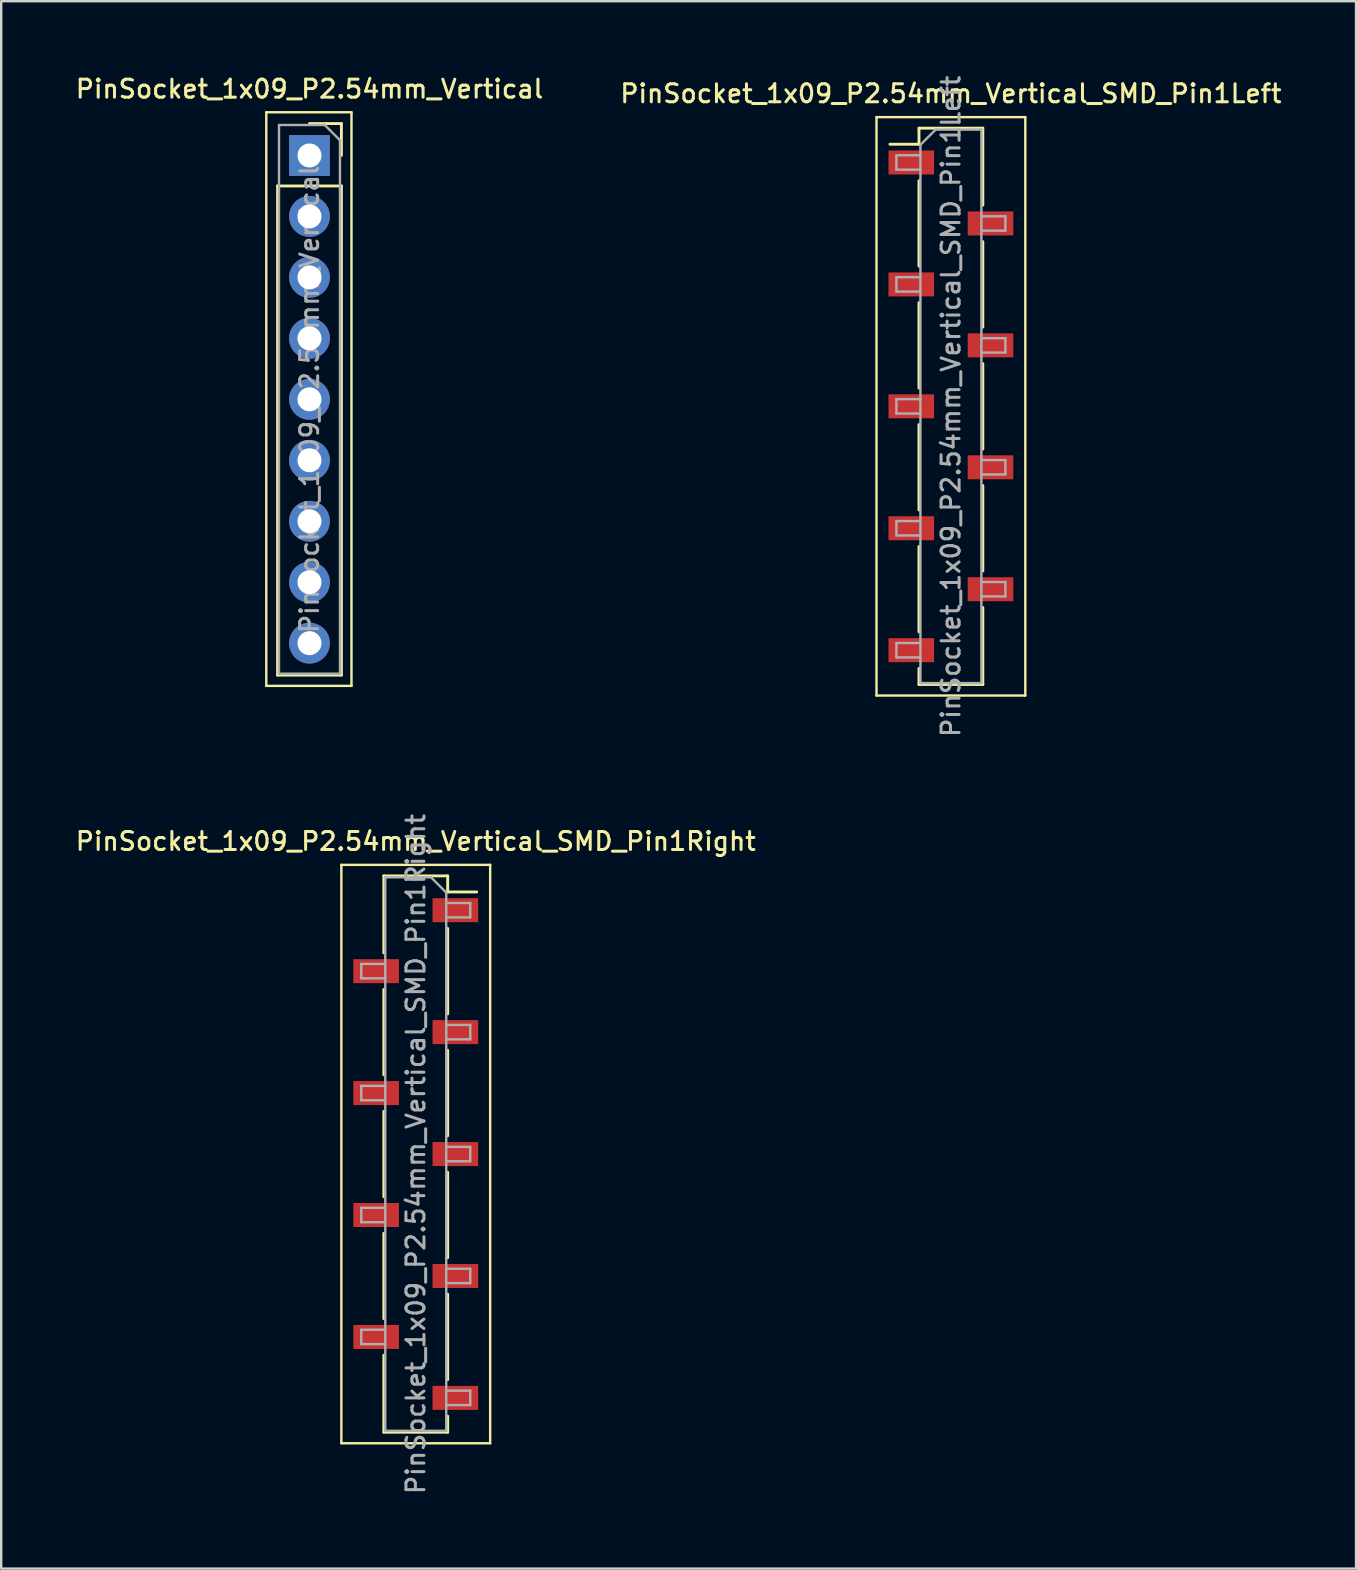
<source format=kicad_pcb>
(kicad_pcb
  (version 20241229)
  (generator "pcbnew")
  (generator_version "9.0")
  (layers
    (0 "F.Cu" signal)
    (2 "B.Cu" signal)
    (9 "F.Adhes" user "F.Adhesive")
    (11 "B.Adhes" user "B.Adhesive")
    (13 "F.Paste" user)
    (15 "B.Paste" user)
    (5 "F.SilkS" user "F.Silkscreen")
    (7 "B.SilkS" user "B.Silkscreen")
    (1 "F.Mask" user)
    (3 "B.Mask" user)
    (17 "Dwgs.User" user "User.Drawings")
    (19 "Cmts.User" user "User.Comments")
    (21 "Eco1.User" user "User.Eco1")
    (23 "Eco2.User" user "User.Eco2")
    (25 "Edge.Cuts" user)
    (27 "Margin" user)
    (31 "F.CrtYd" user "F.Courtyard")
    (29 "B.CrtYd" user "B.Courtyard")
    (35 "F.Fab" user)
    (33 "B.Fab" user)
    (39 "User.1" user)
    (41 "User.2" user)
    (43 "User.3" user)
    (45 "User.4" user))
  (footprint "PinSocket_1x09_P2.54mm_Vertical"
    (layer "F.Cu")
    (at 9.845 3.428)
    (property "Reference" "PinSocket_1x09_P2.54mm_Vertical" (at 0 -2.77 0) (layer "F.SilkS") (effects (font (size 0.75 0.75) (thickness 0.125))))
    (attr through_hole)
    (fp_line (start -1.8 -1.8) (end 1.75 -1.8) (stroke (width 0.1) (type solid)) (layer "F.SilkS"))
    (fp_line (start -1.8 22.1) (end -1.8 -1.8) (stroke (width 0.1) (type solid)) (layer "F.SilkS"))
    (fp_line (start -1.33 1.27) (end -1.33 21.65) (stroke (width 0.12) (type solid)) (layer "F.SilkS"))
    (fp_line (start -1.33 1.27) (end 1.33 1.27) (stroke (width 0.12) (type solid)) (layer "F.SilkS"))
    (fp_line (start -1.33 21.65) (end 1.33 21.65) (stroke (width 0.12) (type solid)) (layer "F.SilkS"))
    (fp_line (start 0 -1.33) (end 1.33 -1.33) (stroke (width 0.12) (type solid)) (layer "F.SilkS"))
    (fp_line (start 1.33 -1.33) (end 1.33 0) (stroke (width 0.12) (type solid)) (layer "F.SilkS"))
    (fp_line (start 1.33 1.27) (end 1.33 21.65) (stroke (width 0.12) (type solid)) (layer "F.SilkS"))
    (fp_line (start 1.75 -1.8) (end 1.75 22.1) (stroke (width 0.1) (type solid)) (layer "F.SilkS"))
    (fp_line (start 1.75 22.1) (end -1.8 22.1) (stroke (width 0.1) (type solid)) (layer "F.SilkS"))
    (fp_line (start -1.27 -1.27) (end 0.635 -1.27) (stroke (width 0.1) (type solid)) (layer "F.Fab"))
    (fp_line (start -1.27 21.59) (end -1.27 -1.27) (stroke (width 0.1) (type solid)) (layer "F.Fab"))
    (fp_line (start 0.635 -1.27) (end 1.27 -0.635) (stroke (width 0.1) (type solid)) (layer "F.Fab"))
    (fp_line (start 1.27 -0.635) (end 1.27 21.59) (stroke (width 0.1) (type solid)) (layer "F.Fab"))
    (fp_line (start 1.27 21.59) (end -1.27 21.59) (stroke (width 0.1) (type solid)) (layer "F.Fab"))
    (fp_text user "${REFERENCE}" (at 0 10.16 90) (layer "F.Fab") (effects (font (size 0.75 0.75) (thickness 0.125))))
    (pad "1" thru_hole rect (at 0 0) (size 1.7 1.7) (drill 1) (layers "*.Cu" "*.Mask"))
    (pad "2" thru_hole oval (at 0 2.54) (size 1.7 1.7) (drill 1) (layers "*.Cu" "*.Mask"))
    (pad "3" thru_hole oval (at 0 5.08) (size 1.7 1.7) (drill 1) (layers "*.Cu" "*.Mask"))
    (pad "4" thru_hole oval (at 0 7.62) (size 1.7 1.7) (drill 1) (layers "*.Cu" "*.Mask"))
    (pad "5" thru_hole oval (at 0 10.16) (size 1.7 1.7) (drill 1) (layers "*.Cu" "*.Mask"))
    (pad "6" thru_hole oval (at 0 12.7) (size 1.7 1.7) (drill 1) (layers "*.Cu" "*.Mask"))
    (pad "7" thru_hole oval (at 0 15.24) (size 1.7 1.7) (drill 1) (layers "*.Cu" "*.Mask"))
    (pad "8" thru_hole oval (at 0 17.78) (size 1.7 1.7) (drill 1) (layers "*.Cu" "*.Mask"))
    (pad "9" thru_hole oval (at 0 20.32) (size 1.7 1.7) (drill 1) (layers "*.Cu" "*.Mask")))
  (footprint "PinSocket_1x09_P2.54mm_Vertical_SMD_Pin1Left"
    (layer "F.Cu")
    (at 36.57 13.88)
    (property "Reference" "PinSocket_1x09_P2.54mm_Vertical_SMD_Pin1Left" (at 0 -13.03 0) (layer "F.SilkS") (effects (font (size 0.75 0.75) (thickness 0.125))))
    (attr smd)
    (fp_line (start -3.1 -12.05) (end 3.1 -12.05) (stroke (width 0.1) (type solid)) (layer "F.SilkS"))
    (fp_line (start -3.1 12.05) (end -3.1 -12.05) (stroke (width 0.1) (type solid)) (layer "F.SilkS"))
    (fp_line (start -2.54 -10.92) (end -1.33 -10.92) (stroke (width 0.12) (type solid)) (layer "F.SilkS"))
    (fp_line (start -1.33 -11.59) (end -1.33 -10.92) (stroke (width 0.12) (type solid)) (layer "F.SilkS"))
    (fp_line (start -1.33 -11.59) (end 1.33 -11.59) (stroke (width 0.12) (type solid)) (layer "F.SilkS"))
    (fp_line (start -1.33 -9.4) (end -1.33 -5.84) (stroke (width 0.12) (type solid)) (layer "F.SilkS"))
    (fp_line (start -1.33 -4.32) (end -1.33 -0.76) (stroke (width 0.12) (type solid)) (layer "F.SilkS"))
    (fp_line (start -1.33 0.76) (end -1.33 4.32) (stroke (width 0.12) (type solid)) (layer "F.SilkS"))
    (fp_line (start -1.33 5.84) (end -1.33 9.4) (stroke (width 0.12) (type solid)) (layer "F.SilkS"))
    (fp_line (start -1.33 10.92) (end -1.33 11.59) (stroke (width 0.12) (type solid)) (layer "F.SilkS"))
    (fp_line (start -1.33 11.59) (end 1.33 11.59) (stroke (width 0.12) (type solid)) (layer "F.SilkS"))
    (fp_line (start 1.33 -11.59) (end 1.33 -8.38) (stroke (width 0.12) (type solid)) (layer "F.SilkS"))
    (fp_line (start 1.33 -6.86) (end 1.33 -3.3) (stroke (width 0.12) (type solid)) (layer "F.SilkS"))
    (fp_line (start 1.33 -1.78) (end 1.33 1.78) (stroke (width 0.12) (type solid)) (layer "F.SilkS"))
    (fp_line (start 1.33 3.3) (end 1.33 6.86) (stroke (width 0.12) (type solid)) (layer "F.SilkS"))
    (fp_line (start 1.33 8.38) (end 1.33 11.59) (stroke (width 0.12) (type solid)) (layer "F.SilkS"))
    (fp_line (start 3.1 -12.05) (end 3.1 12.05) (stroke (width 0.1) (type solid)) (layer "F.SilkS"))
    (fp_line (start 3.1 12.05) (end -3.1 12.05) (stroke (width 0.1) (type solid)) (layer "F.SilkS"))
    (fp_line (start -2.27 -10.46) (end -1.27 -10.46) (stroke (width 0.1) (type solid)) (layer "F.Fab"))
    (fp_line (start -2.27 -9.86) (end -2.27 -10.46) (stroke (width 0.1) (type solid)) (layer "F.Fab"))
    (fp_line (start -2.27 -5.38) (end -1.27 -5.38) (stroke (width 0.1) (type solid)) (layer "F.Fab"))
    (fp_line (start -2.27 -4.78) (end -2.27 -5.38) (stroke (width 0.1) (type solid)) (layer "F.Fab"))
    (fp_line (start -2.27 -0.3) (end -1.27 -0.3) (stroke (width 0.1) (type solid)) (layer "F.Fab"))
    (fp_line (start -2.27 0.3) (end -2.27 -0.3) (stroke (width 0.1) (type solid)) (layer "F.Fab"))
    (fp_line (start -2.27 4.78) (end -1.27 4.78) (stroke (width 0.1) (type solid)) (layer "F.Fab"))
    (fp_line (start -2.27 5.38) (end -2.27 4.78) (stroke (width 0.1) (type solid)) (layer "F.Fab"))
    (fp_line (start -2.27 9.86) (end -1.27 9.86) (stroke (width 0.1) (type solid)) (layer "F.Fab"))
    (fp_line (start -2.27 10.46) (end -2.27 9.86) (stroke (width 0.1) (type solid)) (layer "F.Fab"))
    (fp_line (start -1.27 -10.895) (end -0.635 -11.53) (stroke (width 0.1) (type solid)) (layer "F.Fab"))
    (fp_line (start -1.27 -9.86) (end -2.27 -9.86) (stroke (width 0.1) (type solid)) (layer "F.Fab"))
    (fp_line (start -1.27 -4.78) (end -2.27 -4.78) (stroke (width 0.1) (type solid)) (layer "F.Fab"))
    (fp_line (start -1.27 0.3) (end -2.27 0.3) (stroke (width 0.1) (type solid)) (layer "F.Fab"))
    (fp_line (start -1.27 5.38) (end -2.27 5.38) (stroke (width 0.1) (type solid)) (layer "F.Fab"))
    (fp_line (start -1.27 10.46) (end -2.27 10.46) (stroke (width 0.1) (type solid)) (layer "F.Fab"))
    (fp_line (start -1.27 11.53) (end -1.27 -10.895) (stroke (width 0.1) (type solid)) (layer "F.Fab"))
    (fp_line (start -0.635 -11.53) (end 1.27 -11.53) (stroke (width 0.1) (type solid)) (layer "F.Fab"))
    (fp_line (start 1.27 -11.53) (end 1.27 11.53) (stroke (width 0.1) (type solid)) (layer "F.Fab"))
    (fp_line (start 1.27 -7.92) (end 2.27 -7.92) (stroke (width 0.1) (type solid)) (layer "F.Fab"))
    (fp_line (start 1.27 -2.84) (end 2.27 -2.84) (stroke (width 0.1) (type solid)) (layer "F.Fab"))
    (fp_line (start 1.27 2.24) (end 2.27 2.24) (stroke (width 0.1) (type solid)) (layer "F.Fab"))
    (fp_line (start 1.27 7.32) (end 2.27 7.32) (stroke (width 0.1) (type solid)) (layer "F.Fab"))
    (fp_line (start 1.27 11.53) (end -1.27 11.53) (stroke (width 0.1) (type solid)) (layer "F.Fab"))
    (fp_line (start 2.27 -7.92) (end 2.27 -7.32) (stroke (width 0.1) (type solid)) (layer "F.Fab"))
    (fp_line (start 2.27 -7.32) (end 1.27 -7.32) (stroke (width 0.1) (type solid)) (layer "F.Fab"))
    (fp_line (start 2.27 -2.84) (end 2.27 -2.24) (stroke (width 0.1) (type solid)) (layer "F.Fab"))
    (fp_line (start 2.27 -2.24) (end 1.27 -2.24) (stroke (width 0.1) (type solid)) (layer "F.Fab"))
    (fp_line (start 2.27 2.24) (end 2.27 2.84) (stroke (width 0.1) (type solid)) (layer "F.Fab"))
    (fp_line (start 2.27 2.84) (end 1.27 2.84) (stroke (width 0.1) (type solid)) (layer "F.Fab"))
    (fp_line (start 2.27 7.32) (end 2.27 7.92) (stroke (width 0.1) (type solid)) (layer "F.Fab"))
    (fp_line (start 2.27 7.92) (end 1.27 7.92) (stroke (width 0.1) (type solid)) (layer "F.Fab"))
    (fp_text user "${REFERENCE}" (at 0 0 90) (layer "F.Fab") (effects (font (size 0.75 0.75) (thickness 0.125))))
    (pad "1" smd rect (at -1.65 -10.16) (size 1.9 1) (layers "F.Cu" "F.Mask" "F.Paste"))
    (pad "2" smd rect (at 1.65 -7.62) (size 1.9 1) (layers "F.Cu" "F.Mask" "F.Paste"))
    (pad "3" smd rect (at -1.65 -5.08) (size 1.9 1) (layers "F.Cu" "F.Mask" "F.Paste"))
    (pad "4" smd rect (at 1.65 -2.54) (size 1.9 1) (layers "F.Cu" "F.Mask" "F.Paste"))
    (pad "5" smd rect (at -1.65 0) (size 1.9 1) (layers "F.Cu" "F.Mask" "F.Paste"))
    (pad "6" smd rect (at 1.65 2.54) (size 1.9 1) (layers "F.Cu" "F.Mask" "F.Paste"))
    (pad "7" smd rect (at -1.65 5.08) (size 1.9 1) (layers "F.Cu" "F.Mask" "F.Paste"))
    (pad "8" smd rect (at 1.65 7.62) (size 1.9 1) (layers "F.Cu" "F.Mask" "F.Paste"))
    (pad "9" smd rect (at -1.65 10.16) (size 1.9 1) (layers "F.Cu" "F.Mask" "F.Paste")))
  (footprint "PinSocket_1x09_P2.54mm_Vertical_SMD_Pin1Right"
    (layer "F.Cu")
    (at 14.273 45.034)
    (property "Reference" "PinSocket_1x09_P2.54mm_Vertical_SMD_Pin1Right" (at 0 -13.03 0) (layer "F.SilkS") (effects (font (size 0.75 0.75) (thickness 0.125))))
    (attr smd)
    (fp_line (start -3.1 -12.05) (end 3.1 -12.05) (stroke (width 0.1) (type solid)) (layer "F.SilkS"))
    (fp_line (start -3.1 12.05) (end -3.1 -12.05) (stroke (width 0.1) (type solid)) (layer "F.SilkS"))
    (fp_line (start -1.33 -11.59) (end -1.33 -8.38) (stroke (width 0.12) (type solid)) (layer "F.SilkS"))
    (fp_line (start -1.33 -11.59) (end 1.33 -11.59) (stroke (width 0.12) (type solid)) (layer "F.SilkS"))
    (fp_line (start -1.33 -6.86) (end -1.33 -3.3) (stroke (width 0.12) (type solid)) (layer "F.SilkS"))
    (fp_line (start -1.33 -1.78) (end -1.33 1.78) (stroke (width 0.12) (type solid)) (layer "F.SilkS"))
    (fp_line (start -1.33 3.3) (end -1.33 6.86) (stroke (width 0.12) (type solid)) (layer "F.SilkS"))
    (fp_line (start -1.33 8.38) (end -1.33 11.59) (stroke (width 0.12) (type solid)) (layer "F.SilkS"))
    (fp_line (start -1.33 11.59) (end 1.33 11.59) (stroke (width 0.12) (type solid)) (layer "F.SilkS"))
    (fp_line (start 1.33 -11.59) (end 1.33 -10.92) (stroke (width 0.12) (type solid)) (layer "F.SilkS"))
    (fp_line (start 1.33 -10.92) (end 2.54 -10.92) (stroke (width 0.12) (type solid)) (layer "F.SilkS"))
    (fp_line (start 1.33 -9.4) (end 1.33 -5.84) (stroke (width 0.12) (type solid)) (layer "F.SilkS"))
    (fp_line (start 1.33 -4.32) (end 1.33 -0.76) (stroke (width 0.12) (type solid)) (layer "F.SilkS"))
    (fp_line (start 1.33 0.76) (end 1.33 4.32) (stroke (width 0.12) (type solid)) (layer "F.SilkS"))
    (fp_line (start 1.33 5.84) (end 1.33 9.4) (stroke (width 0.12) (type solid)) (layer "F.SilkS"))
    (fp_line (start 1.33 10.92) (end 1.33 11.59) (stroke (width 0.12) (type solid)) (layer "F.SilkS"))
    (fp_line (start 3.1 -12.05) (end 3.1 12.05) (stroke (width 0.1) (type solid)) (layer "F.SilkS"))
    (fp_line (start 3.1 12.05) (end -3.1 12.05) (stroke (width 0.1) (type solid)) (layer "F.SilkS"))
    (fp_line (start -2.27 -7.92) (end -1.27 -7.92) (stroke (width 0.1) (type solid)) (layer "F.Fab"))
    (fp_line (start -2.27 -7.32) (end -2.27 -7.92) (stroke (width 0.1) (type solid)) (layer "F.Fab"))
    (fp_line (start -2.27 -2.84) (end -1.27 -2.84) (stroke (width 0.1) (type solid)) (layer "F.Fab"))
    (fp_line (start -2.27 -2.24) (end -2.27 -2.84) (stroke (width 0.1) (type solid)) (layer "F.Fab"))
    (fp_line (start -2.27 2.24) (end -1.27 2.24) (stroke (width 0.1) (type solid)) (layer "F.Fab"))
    (fp_line (start -2.27 2.84) (end -2.27 2.24) (stroke (width 0.1) (type solid)) (layer "F.Fab"))
    (fp_line (start -2.27 7.32) (end -1.27 7.32) (stroke (width 0.1) (type solid)) (layer "F.Fab"))
    (fp_line (start -2.27 7.92) (end -2.27 7.32) (stroke (width 0.1) (type solid)) (layer "F.Fab"))
    (fp_line (start -1.27 -11.53) (end 0.635 -11.53) (stroke (width 0.1) (type solid)) (layer "F.Fab"))
    (fp_line (start -1.27 -7.32) (end -2.27 -7.32) (stroke (width 0.1) (type solid)) (layer "F.Fab"))
    (fp_line (start -1.27 -2.24) (end -2.27 -2.24) (stroke (width 0.1) (type solid)) (layer "F.Fab"))
    (fp_line (start -1.27 2.84) (end -2.27 2.84) (stroke (width 0.1) (type solid)) (layer "F.Fab"))
    (fp_line (start -1.27 7.92) (end -2.27 7.92) (stroke (width 0.1) (type solid)) (layer "F.Fab"))
    (fp_line (start -1.27 11.53) (end -1.27 -11.53) (stroke (width 0.1) (type solid)) (layer "F.Fab"))
    (fp_line (start 0.635 -11.53) (end 1.27 -10.895) (stroke (width 0.1) (type solid)) (layer "F.Fab"))
    (fp_line (start 1.27 -10.895) (end 1.27 11.53) (stroke (width 0.1) (type solid)) (layer "F.Fab"))
    (fp_line (start 1.27 -10.46) (end 2.27 -10.46) (stroke (width 0.1) (type solid)) (layer "F.Fab"))
    (fp_line (start 1.27 -5.38) (end 2.27 -5.38) (stroke (width 0.1) (type solid)) (layer "F.Fab"))
    (fp_line (start 1.27 -0.3) (end 2.27 -0.3) (stroke (width 0.1) (type solid)) (layer "F.Fab"))
    (fp_line (start 1.27 4.78) (end 2.27 4.78) (stroke (width 0.1) (type solid)) (layer "F.Fab"))
    (fp_line (start 1.27 9.86) (end 2.27 9.86) (stroke (width 0.1) (type solid)) (layer "F.Fab"))
    (fp_line (start 1.27 11.53) (end -1.27 11.53) (stroke (width 0.1) (type solid)) (layer "F.Fab"))
    (fp_line (start 2.27 -10.46) (end 2.27 -9.86) (stroke (width 0.1) (type solid)) (layer "F.Fab"))
    (fp_line (start 2.27 -9.86) (end 1.27 -9.86) (stroke (width 0.1) (type solid)) (layer "F.Fab"))
    (fp_line (start 2.27 -5.38) (end 2.27 -4.78) (stroke (width 0.1) (type solid)) (layer "F.Fab"))
    (fp_line (start 2.27 -4.78) (end 1.27 -4.78) (stroke (width 0.1) (type solid)) (layer "F.Fab"))
    (fp_line (start 2.27 -0.3) (end 2.27 0.3) (stroke (width 0.1) (type solid)) (layer "F.Fab"))
    (fp_line (start 2.27 0.3) (end 1.27 0.3) (stroke (width 0.1) (type solid)) (layer "F.Fab"))
    (fp_line (start 2.27 4.78) (end 2.27 5.38) (stroke (width 0.1) (type solid)) (layer "F.Fab"))
    (fp_line (start 2.27 5.38) (end 1.27 5.38) (stroke (width 0.1) (type solid)) (layer "F.Fab"))
    (fp_line (start 2.27 9.86) (end 2.27 10.46) (stroke (width 0.1) (type solid)) (layer "F.Fab"))
    (fp_line (start 2.27 10.46) (end 1.27 10.46) (stroke (width 0.1) (type solid)) (layer "F.Fab"))
    (fp_text user "${REFERENCE}" (at 0 0 90) (layer "F.Fab") (effects (font (size 0.75 0.75) (thickness 0.125))))
    (pad "1" smd rect (at 1.65 -10.16) (size 1.9 1) (layers "F.Cu" "F.Mask" "F.Paste"))
    (pad "2" smd rect (at -1.65 -7.62) (size 1.9 1) (layers "F.Cu" "F.Mask" "F.Paste"))
    (pad "3" smd rect (at 1.65 -5.08) (size 1.9 1) (layers "F.Cu" "F.Mask" "F.Paste"))
    (pad "4" smd rect (at -1.65 -2.54) (size 1.9 1) (layers "F.Cu" "F.Mask" "F.Paste"))
    (pad "5" smd rect (at 1.65 0) (size 1.9 1) (layers "F.Cu" "F.Mask" "F.Paste"))
    (pad "6" smd rect (at -1.65 2.54) (size 1.9 1) (layers "F.Cu" "F.Mask" "F.Paste"))
    (pad "7" smd rect (at 1.65 5.08) (size 1.9 1) (layers "F.Cu" "F.Mask" "F.Paste"))
    (pad "8" smd rect (at -1.65 7.62) (size 1.9 1) (layers "F.Cu" "F.Mask" "F.Paste"))
    (pad "9" smd rect (at 1.65 10.16) (size 1.9 1) (layers "F.Cu" "F.Mask" "F.Paste")))
  (gr_rect
    (start -3 -3)
    (end 53.45 62.307)
    (stroke (width 0.1) (type default))
    (fill no)
    (layer "Edge.Cuts")))
</source>
